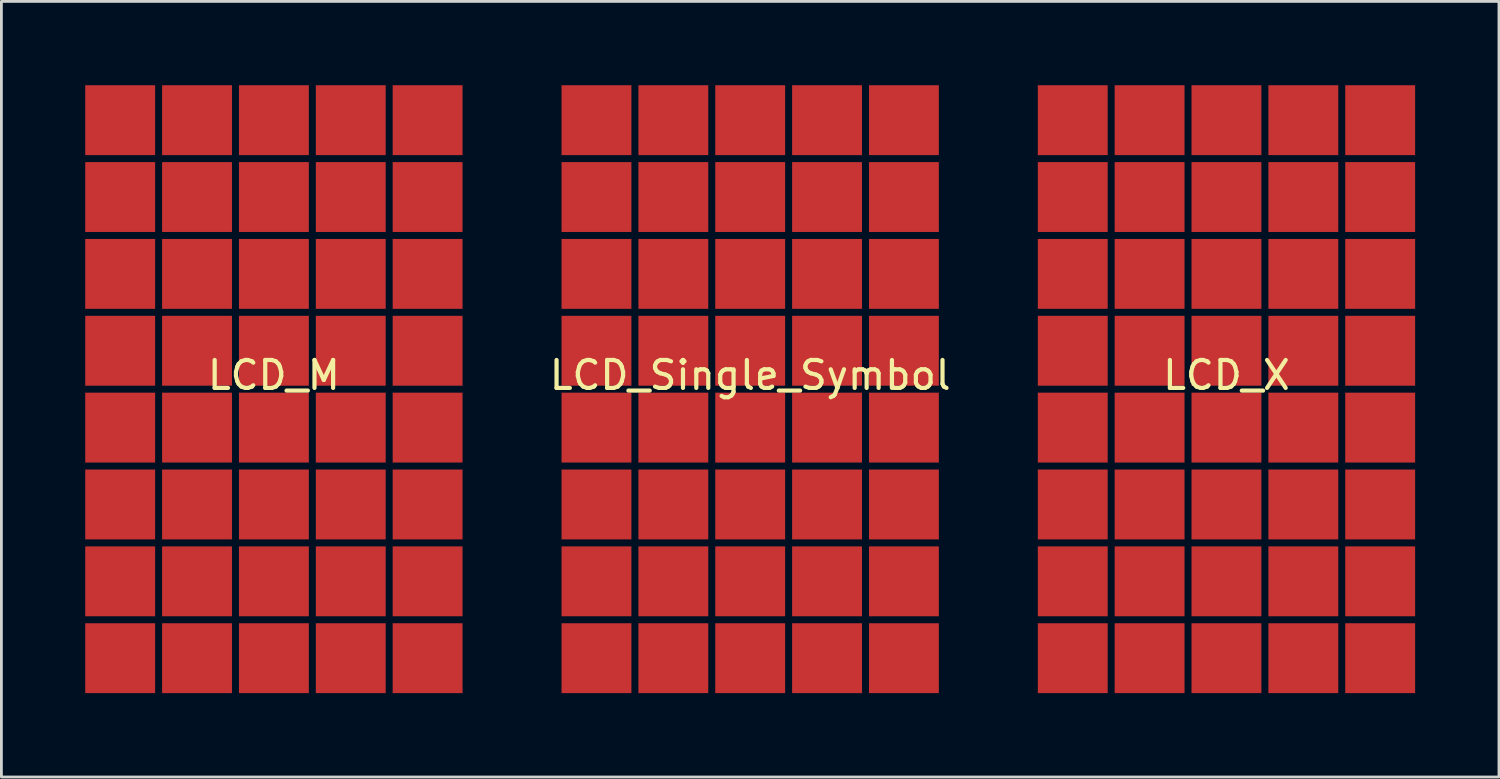
<source format=kicad_pcb>
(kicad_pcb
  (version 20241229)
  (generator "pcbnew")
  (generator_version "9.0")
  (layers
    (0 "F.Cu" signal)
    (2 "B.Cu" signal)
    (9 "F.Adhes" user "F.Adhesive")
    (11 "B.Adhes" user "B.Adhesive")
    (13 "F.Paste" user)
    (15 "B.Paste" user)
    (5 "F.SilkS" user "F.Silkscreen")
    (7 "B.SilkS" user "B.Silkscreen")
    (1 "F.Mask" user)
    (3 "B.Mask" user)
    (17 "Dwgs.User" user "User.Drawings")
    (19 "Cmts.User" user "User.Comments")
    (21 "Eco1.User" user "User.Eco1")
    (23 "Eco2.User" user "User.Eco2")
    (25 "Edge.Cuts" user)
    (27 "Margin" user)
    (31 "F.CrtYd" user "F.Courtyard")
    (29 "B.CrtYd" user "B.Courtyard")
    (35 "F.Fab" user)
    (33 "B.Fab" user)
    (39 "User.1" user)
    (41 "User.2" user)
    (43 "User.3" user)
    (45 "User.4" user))
  (footprint "LCD_M"
    (layer "F.Cu")
    (at 6.75 10.875)
    (property "Reference" "LCD_M" (at 0 -0.5 0) (unlocked yes) (layer "F.SilkS") (effects (font (size 1 1) (thickness 0.15))))
    (attr exclude_from_pos_files exclude_from_bom)
    (pad "1" smd rect (at -5.5 9.625) (size 2.5 2.5) (layers "F.Cu"))
    (pad "2" smd rect (at -2.75 9.625) (size 2.5 2.5) (layers "F.Cu"))
    (pad "3" smd rect (at 0 9.625) (size 2.5 2.5) (layers "F.Cu"))
    (pad "4" smd rect (at 2.75 9.625) (size 2.5 2.5) (layers "F.Cu"))
    (pad "5" smd rect (at 5.5 9.625) (size 2.5 2.5) (layers "F.Cu"))
    (pad "6" smd rect (at -5.5 6.875) (size 2.5 2.5) (layers "F.Cu" "F.Mask"))
    (pad "7" smd rect (at -2.75 6.875) (size 2.5 2.5) (layers "F.Cu"))
    (pad "8" smd rect (at 0 6.875) (size 2.5 2.5) (layers "F.Cu"))
    (pad "9" smd rect (at 2.75 6.875) (size 2.5 2.5) (layers "F.Cu"))
    (pad "10" smd rect (at 5.5 6.875) (size 2.5 2.5) (layers "F.Cu" "F.Mask"))
    (pad "11" smd rect (at -5.5 4.125) (size 2.5 2.5) (layers "F.Cu" "F.Mask"))
    (pad "12" smd rect (at -2.75 4.125) (size 2.5 2.5) (layers "F.Cu"))
    (pad "13" smd rect (at 0 4.125) (size 2.5 2.5) (layers "F.Cu"))
    (pad "14" smd rect (at 2.75 4.125) (size 2.5 2.5) (layers "F.Cu"))
    (pad "15" smd rect (at 5.5 4.125) (size 2.5 2.5) (layers "F.Cu" "F.Mask"))
    (pad "16" smd rect (at -5.5 1.375) (size 2.5 2.5) (layers "F.Cu" "F.Mask"))
    (pad "17" smd rect (at -2.75 1.375) (size 2.5 2.5) (layers "F.Cu"))
    (pad "18" smd rect (at 0 1.375) (size 2.5 2.5) (layers "F.Cu"))
    (pad "19" smd rect (at 2.75 1.375) (size 2.5 2.5) (layers "F.Cu"))
    (pad "20" smd rect (at 5.5 1.375) (size 2.5 2.5) (layers "F.Cu" "F.Mask"))
    (pad "21" smd rect (at -5.5 -1.375) (size 2.5 2.5) (layers "F.Cu" "F.Mask"))
    (pad "22" smd rect (at -2.75 -1.375) (size 2.5 2.5) (layers "F.Cu"))
    (pad "23" smd rect (at 0 -1.375) (size 2.5 2.5) (layers "F.Cu" "F.Mask"))
    (pad "24" smd rect (at 2.75 -1.375) (size 2.5 2.5) (layers "F.Cu"))
    (pad "25" smd rect (at 5.5 -1.375) (size 2.5 2.5) (layers "F.Cu" "F.Mask"))
    (pad "26" smd rect (at -5.5 -4.125) (size 2.5 2.5) (layers "F.Cu" "F.Mask"))
    (pad "27" smd rect (at -2.75 -4.125) (size 2.5 2.5) (layers "F.Cu"))
    (pad "28" smd rect (at 0 -4.125) (size 2.5 2.5) (layers "F.Cu" "F.Mask"))
    (pad "29" smd rect (at 2.75 -4.125) (size 2.5 2.5) (layers "F.Cu"))
    (pad "30" smd rect (at 5.5 -4.125) (size 2.5 2.5) (layers "F.Cu" "F.Mask"))
    (pad "31" smd rect (at -5.5 -6.875) (size 2.5 2.5) (layers "F.Cu" "F.Mask"))
    (pad "32" smd rect (at -2.75 -6.875) (size 2.5 2.5) (layers "F.Cu" "F.Mask"))
    (pad "33" smd rect (at 0 -6.875) (size 2.5 2.5) (layers "F.Cu"))
    (pad "34" smd rect (at 2.75 -6.875) (size 2.5 2.5) (layers "F.Cu" "F.Mask"))
    (pad "35" smd rect (at 5.5 -6.875) (size 2.5 2.5) (layers "F.Cu" "F.Mask"))
    (pad "36" smd rect (at -5.5 -9.625) (size 2.5 2.5) (layers "F.Cu" "F.Mask"))
    (pad "37" smd rect (at -2.75 -9.625) (size 2.5 2.5) (layers "F.Cu"))
    (pad "38" smd rect (at 0 -9.625) (size 2.5 2.5) (layers "F.Cu"))
    (pad "39" smd rect (at 2.75 -9.625) (size 2.5 2.5) (layers "F.Cu"))
    (pad "40" smd rect (at 5.5 -9.625) (size 2.5 2.5) (layers "F.Cu" "F.Mask")))
  (footprint "LCD_Single_Symbol"
    (layer "F.Cu")
    (at 23.792 10.875)
    (property "Reference" "LCD_Single_Symbol" (at 0 -0.5 0) (unlocked yes) (layer "F.SilkS") (effects (font (size 1 1) (thickness 0.15))))
    (attr exclude_from_pos_files exclude_from_bom)
    (pad "1" smd rect (at -5.5 9.625) (size 2.5 2.5) (layers "F.Cu"))
    (pad "2" smd rect (at -2.75 9.625) (size 2.5 2.5) (layers "F.Cu"))
    (pad "3" smd rect (at 0 9.625) (size 2.5 2.5) (layers "F.Cu"))
    (pad "4" smd rect (at 2.75 9.625) (size 2.5 2.5) (layers "F.Cu"))
    (pad "5" smd rect (at 5.5 9.625) (size 2.5 2.5) (layers "F.Cu"))
    (pad "6" smd rect (at -5.5 6.875) (size 2.5 2.5) (layers "F.Cu"))
    (pad "7" smd rect (at -2.75 6.875) (size 2.5 2.5) (layers "F.Cu"))
    (pad "8" smd rect (at 0 6.875) (size 2.5 2.5) (layers "F.Cu"))
    (pad "9" smd rect (at 2.75 6.875) (size 2.5 2.5) (layers "F.Cu"))
    (pad "10" smd rect (at 5.5 6.875) (size 2.5 2.5) (layers "F.Cu"))
    (pad "11" smd rect (at -5.5 4.125) (size 2.5 2.5) (layers "F.Cu"))
    (pad "12" smd rect (at -2.75 4.125) (size 2.5 2.5) (layers "F.Cu"))
    (pad "13" smd rect (at 0 4.125) (size 2.5 2.5) (layers "F.Cu"))
    (pad "14" smd rect (at 2.75 4.125) (size 2.5 2.5) (layers "F.Cu"))
    (pad "15" smd rect (at 5.5 4.125) (size 2.5 2.5) (layers "F.Cu"))
    (pad "16" smd rect (at -5.5 1.375) (size 2.5 2.5) (layers "F.Cu"))
    (pad "17" smd rect (at -2.75 1.375) (size 2.5 2.5) (layers "F.Cu"))
    (pad "18" smd rect (at 0 1.375) (size 2.5 2.5) (layers "F.Cu"))
    (pad "19" smd rect (at 2.75 1.375) (size 2.5 2.5) (layers "F.Cu"))
    (pad "20" smd rect (at 5.5 1.375) (size 2.5 2.5) (layers "F.Cu"))
    (pad "21" smd rect (at -5.5 -1.375) (size 2.5 2.5) (layers "F.Cu"))
    (pad "22" smd rect (at -2.75 -1.375) (size 2.5 2.5) (layers "F.Cu"))
    (pad "23" smd rect (at 0 -1.375) (size 2.5 2.5) (layers "F.Cu"))
    (pad "24" smd rect (at 2.75 -1.375) (size 2.5 2.5) (layers "F.Cu"))
    (pad "25" smd rect (at 5.5 -1.375) (size 2.5 2.5) (layers "F.Cu"))
    (pad "26" smd rect (at -5.5 -4.125) (size 2.5 2.5) (layers "F.Cu"))
    (pad "27" smd rect (at -2.75 -4.125) (size 2.5 2.5) (layers "F.Cu"))
    (pad "28" smd rect (at 0 -4.125) (size 2.5 2.5) (layers "F.Cu"))
    (pad "29" smd rect (at 2.75 -4.125) (size 2.5 2.5) (layers "F.Cu"))
    (pad "30" smd rect (at 5.5 -4.125) (size 2.5 2.5) (layers "F.Cu"))
    (pad "31" smd rect (at -5.5 -6.875) (size 2.5 2.5) (layers "F.Cu"))
    (pad "32" smd rect (at -2.75 -6.875) (size 2.5 2.5) (layers "F.Cu"))
    (pad "33" smd rect (at 0 -6.875) (size 2.5 2.5) (layers "F.Cu"))
    (pad "34" smd rect (at 2.75 -6.875) (size 2.5 2.5) (layers "F.Cu"))
    (pad "35" smd rect (at 5.5 -6.875) (size 2.5 2.5) (layers "F.Cu"))
    (pad "36" smd rect (at -5.5 -9.625) (size 2.5 2.5) (layers "F.Cu"))
    (pad "37" smd rect (at -2.75 -9.625) (size 2.5 2.5) (layers "F.Cu"))
    (pad "38" smd rect (at 0 -9.625) (size 2.5 2.5) (layers "F.Cu"))
    (pad "39" smd rect (at 2.75 -9.625) (size 2.5 2.5) (layers "F.Cu"))
    (pad "40" smd rect (at 5.5 -9.625) (size 2.5 2.5) (layers "F.Cu")))
  (footprint "LCD_X"
    (layer "F.Cu")
    (at 40.833 10.875)
    (property "Reference" "LCD_X" (at 0 -0.5 0) (unlocked yes) (layer "F.SilkS") (effects (font (size 1 1) (thickness 0.15))))
    (attr exclude_from_pos_files exclude_from_bom)
    (pad "1" smd rect (at -5.5 9.625) (size 2.5 2.5) (layers "F.Cu"))
    (pad "2" smd rect (at -2.75 9.625) (size 2.5 2.5) (layers "F.Cu"))
    (pad "3" smd rect (at 0 9.625) (size 2.5 2.5) (layers "F.Cu"))
    (pad "4" smd rect (at 2.75 9.625) (size 2.5 2.5) (layers "F.Cu"))
    (pad "5" smd rect (at 5.5 9.625) (size 2.5 2.5) (layers "F.Cu"))
    (pad "6" smd rect (at -5.5 6.875) (size 2.5 2.5) (layers "F.Cu" "F.Mask"))
    (pad "7" smd rect (at -2.75 6.875) (size 2.5 2.5) (layers "F.Cu"))
    (pad "8" smd rect (at 0 6.875) (size 2.5 2.5) (layers "F.Cu"))
    (pad "9" smd rect (at 2.75 6.875) (size 2.5 2.5) (layers "F.Cu"))
    (pad "10" smd rect (at 5.5 6.875) (size 2.5 2.5) (layers "F.Cu" "F.Mask"))
    (pad "11" smd rect (at -5.5 4.125) (size 2.5 2.5) (layers "F.Cu" "F.Mask"))
    (pad "12" smd rect (at -2.75 4.125) (size 2.5 2.5) (layers "F.Cu"))
    (pad "13" smd rect (at 0 4.125) (size 2.5 2.5) (layers "F.Cu"))
    (pad "14" smd rect (at 2.75 4.125) (size 2.5 2.5) (layers "F.Cu"))
    (pad "15" smd rect (at 5.5 4.125) (size 2.5 2.5) (layers "F.Cu" "F.Mask"))
    (pad "16" smd rect (at -5.5 1.375) (size 2.5 2.5) (layers "F.Cu"))
    (pad "17" smd rect (at -2.75 1.375) (size 2.5 2.5) (layers "F.Cu" "F.Mask"))
    (pad "18" smd rect (at 0 1.375) (size 2.5 2.5) (layers "F.Cu"))
    (pad "19" smd rect (at 2.75 1.375) (size 2.5 2.5) (layers "F.Cu" "F.Mask"))
    (pad "20" smd rect (at 5.5 1.375) (size 2.5 2.5) (layers "F.Cu"))
    (pad "21" smd rect (at -5.5 -1.375) (size 2.5 2.5) (layers "F.Cu"))
    (pad "22" smd rect (at -2.75 -1.375) (size 2.5 2.5) (layers "F.Cu"))
    (pad "23" smd rect (at 0 -1.375) (size 2.5 2.5) (layers "F.Cu" "F.Mask"))
    (pad "24" smd rect (at 2.75 -1.375) (size 2.5 2.5) (layers "F.Cu"))
    (pad "25" smd rect (at 5.5 -1.375) (size 2.5 2.5) (layers "F.Cu"))
    (pad "26" smd rect (at -5.5 -4.125) (size 2.5 2.5) (layers "F.Cu"))
    (pad "27" smd rect (at -2.75 -4.125) (size 2.5 2.5) (layers "F.Cu" "F.Mask"))
    (pad "28" smd rect (at 0 -4.125) (size 2.5 2.5) (layers "F.Cu"))
    (pad "29" smd rect (at 2.75 -4.125) (size 2.5 2.5) (layers "F.Cu" "F.Mask"))
    (pad "30" smd rect (at 5.5 -4.125) (size 2.5 2.5) (layers "F.Cu"))
    (pad "31" smd rect (at -5.5 -6.875) (size 2.5 2.5) (layers "F.Cu" "F.Mask"))
    (pad "32" smd rect (at -2.75 -6.875) (size 2.5 2.5) (layers "F.Cu"))
    (pad "33" smd rect (at 0 -6.875) (size 2.5 2.5) (layers "F.Cu"))
    (pad "34" smd rect (at 2.75 -6.875) (size 2.5 2.5) (layers "F.Cu"))
    (pad "35" smd rect (at 5.5 -6.875) (size 2.5 2.5) (layers "F.Cu" "F.Mask"))
    (pad "36" smd rect (at -5.5 -9.625) (size 2.5 2.5) (layers "F.Cu" "F.Mask"))
    (pad "37" smd rect (at -2.75 -9.625) (size 2.5 2.5) (layers "F.Cu"))
    (pad "38" smd rect (at 0 -9.625) (size 2.5 2.5) (layers "F.Cu"))
    (pad "39" smd rect (at 2.75 -9.625) (size 2.5 2.5) (layers "F.Cu"))
    (pad "40" smd rect (at 5.5 -9.625) (size 2.5 2.5) (layers "F.Cu" "F.Mask")))
  (gr_rect
    (start -3 -3)
    (end 50.583 24.75)
    (stroke (width 0.1) (type default))
    (fill no)
    (layer "Edge.Cuts")))
</source>
